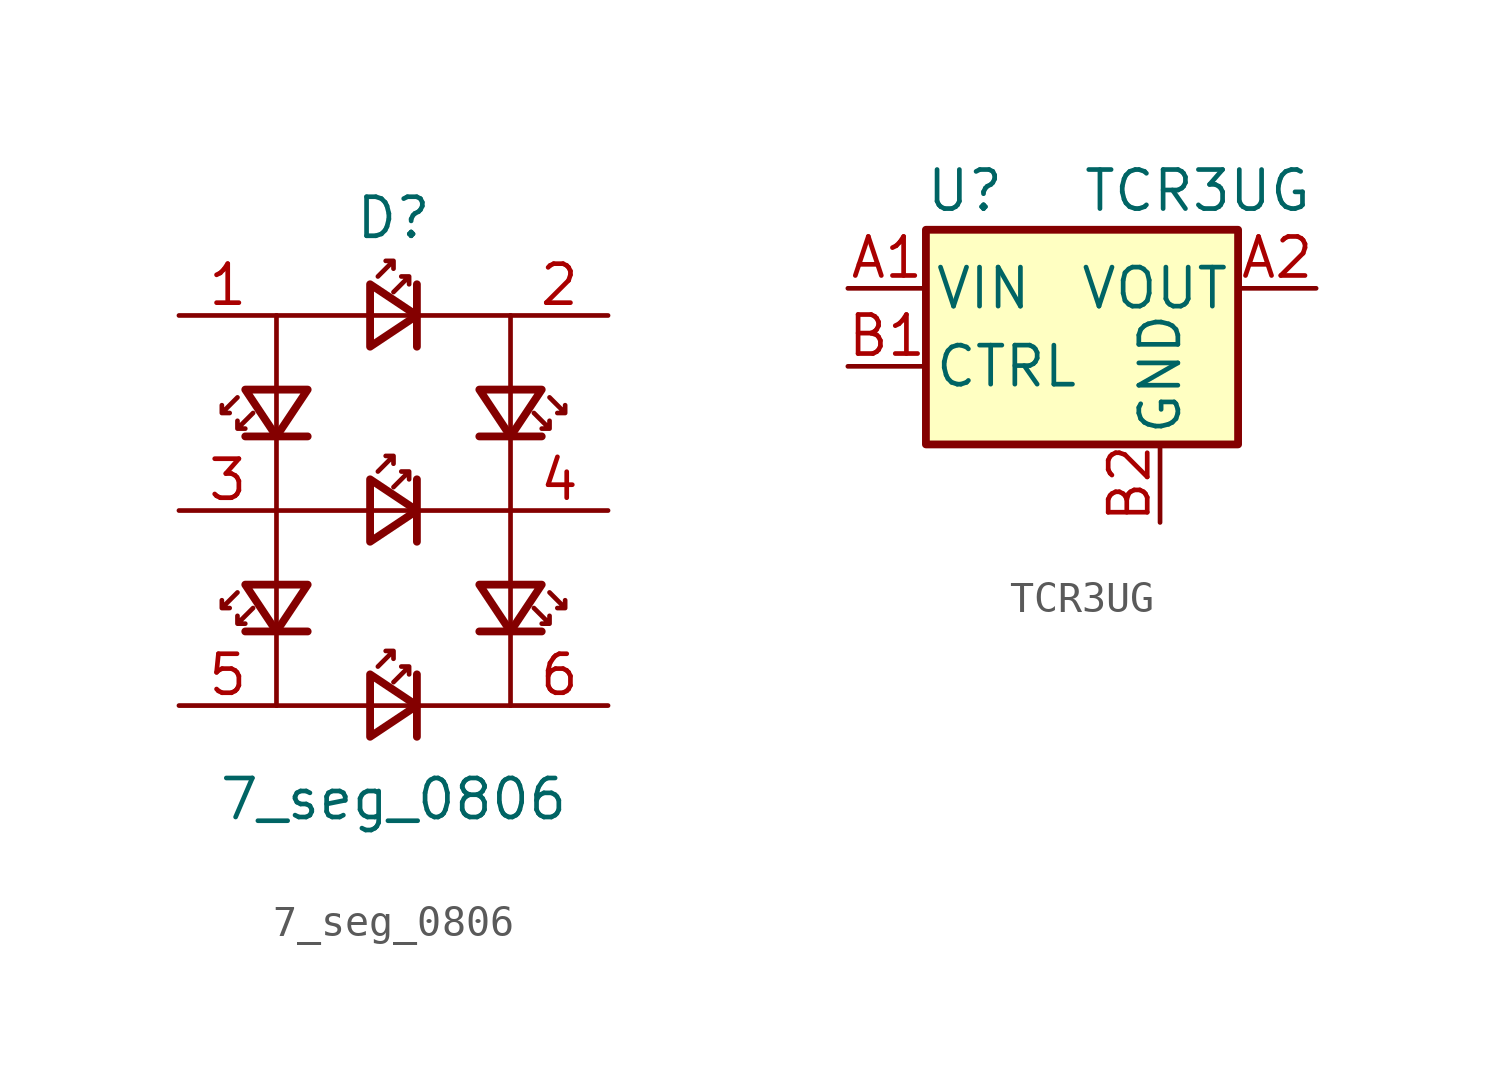
<source format=kicad_sym>
(kicad_symbol_lib
  (version 20211014)
  (generator kicad_symbol_editor)
  (symbol "7_seg_0806"
    (pin_names
      (offset 0) hide)
    (property "Reference" "D"
      (at 0 9.525 0)
      (effects (font (size 1.27 1.27))))
    (property "Value" "7_seg_0806"
      (at 0 -9.398 0)
      (effects (font (size 1.27 1.27))))
    (symbol "7_seg_0806_0_1"
      (polyline (pts (xy -3.81 -6.35) (xy -3.81 6.35)) (stroke (width 0.152) (type default) (color 0 0 0 0)) (fill (type none)))
      (polyline (pts (xy -3.81 0) (xy 3.81 0)) (stroke (width 0.152) (type default) (color 0 0 0 0)) (fill (type none)))
      (polyline (pts (xy -3.81 6.35) (xy 3.81 6.35)) (stroke (width 0.152) (type default) (color 0 0 0 0)) (fill (type none)))
      (polyline (pts (xy -2.794 -3.937) (xy -4.826 -3.937)) (stroke (width 0.254) (type default) (color 0 0 0 0)) (fill (type none)))
      (polyline (pts (xy -2.794 2.413) (xy -4.826 2.413)) (stroke (width 0.254) (type default) (color 0 0 0 0)) (fill (type none)))
      (polyline (pts (xy 0.762 -7.366) (xy 0.762 -5.334)) (stroke (width 0.254) (type default) (color 0 0 0 0)) (fill (type none)))
      (polyline (pts (xy 0.762 -1.016) (xy 0.762 1.016)) (stroke (width 0.254) (type default) (color 0 0 0 0)) (fill (type none)))
      (polyline (pts (xy 0.762 5.334) (xy 0.762 7.366)) (stroke (width 0.254) (type default) (color 0 0 0 0)) (fill (type none)))
      (polyline (pts (xy 2.794 -3.937) (xy 4.826 -3.937)) (stroke (width 0.254) (type default) (color 0 0 0 0)) (fill (type none)))
      (polyline (pts (xy 2.794 2.413) (xy 4.826 2.413)) (stroke (width 0.254) (type default) (color 0 0 0 0)) (fill (type none)))
      (polyline (pts (xy 3.81 -6.35) (xy -3.81 -6.35)) (stroke (width 0.152) (type default) (color 0 0 0 0)) (fill (type none)))
      (polyline (pts (xy 3.81 6.35) (xy 3.81 -6.35)) (stroke (width 0.152) (type default) (color 0 0 0 0)) (fill (type none)))
      (polyline (pts (xy -2.794 -2.413) (xy -3.81 -3.937) (xy -4.826 -2.413) (xy -2.794 -2.413)) (stroke (width 0.254) (type default) (color 0 0 0 0)) (fill (type none)))
      (polyline (pts (xy -2.794 3.937) (xy -3.81 2.413) (xy -4.826 3.937) (xy -2.794 3.937)) (stroke (width 0.254) (type default) (color 0 0 0 0)) (fill (type none)))
      (polyline (pts (xy -0.762 -7.366) (xy 0.762 -6.35) (xy -0.762 -5.334) (xy -0.762 -7.366)) (stroke (width 0.254) (type default) (color 0 0 0 0)) (fill (type none)))
      (polyline (pts (xy -0.762 -1.016) (xy 0.762 0) (xy -0.762 1.016) (xy -0.762 -1.016)) (stroke (width 0.254) (type default) (color 0 0 0 0)) (fill (type none)))
      (polyline (pts (xy -0.762 5.334) (xy 0.762 6.35) (xy -0.762 7.366) (xy -0.762 5.334)) (stroke (width 0.254) (type default) (color 0 0 0 0)) (fill (type none)))
      (polyline (pts (xy 2.794 -2.413) (xy 3.81 -3.937) (xy 4.826 -2.413) (xy 2.794 -2.413)) (stroke (width 0.254) (type default) (color 0 0 0 0)) (fill (type none)))
      (polyline (pts (xy 2.794 3.937) (xy 3.81 2.413) (xy 4.826 3.937) (xy 2.794 3.937)) (stroke (width 0.254) (type default) (color 0 0 0 0)) (fill (type none)))
      (polyline (pts (xy -5.08 -2.667) (xy -5.588 -3.175) (xy -5.588 -2.921) (xy -5.588 -3.175) (xy -5.334 -3.175)) (stroke (width 0) (type default) (color 0 0 0 0)) (fill (type none)))
      (polyline (pts (xy -5.08 3.683) (xy -5.588 3.175) (xy -5.588 3.429) (xy -5.588 3.175) (xy -5.334 3.175)) (stroke (width 0) (type default) (color 0 0 0 0)) (fill (type none)))
      (polyline (pts (xy -4.572 -3.175) (xy -5.08 -3.683) (xy -5.08 -3.429) (xy -5.08 -3.683) (xy -4.826 -3.683)) (stroke (width 0) (type default) (color 0 0 0 0)) (fill (type none)))
      (polyline (pts (xy -4.572 3.175) (xy -5.08 2.667) (xy -5.08 2.921) (xy -5.08 2.667) (xy -4.826 2.667)) (stroke (width 0) (type default) (color 0 0 0 0)) (fill (type none)))
      (polyline (pts (xy -0.508 -5.08) (xy 0 -4.572) (xy -0.254 -4.572) (xy 0 -4.572) (xy 0 -4.826)) (stroke (width 0) (type default) (color 0 0 0 0)) (fill (type none)))
      (polyline (pts (xy -0.508 1.27) (xy 0 1.778) (xy -0.254 1.778) (xy 0 1.778) (xy 0 1.524)) (stroke (width 0) (type default) (color 0 0 0 0)) (fill (type none)))
      (polyline (pts (xy -0.508 7.62) (xy 0 8.128) (xy -0.254 8.128) (xy 0 8.128) (xy 0 7.874)) (stroke (width 0) (type default) (color 0 0 0 0)) (fill (type none)))
      (polyline (pts (xy 0 -5.588) (xy 0.508 -5.08) (xy 0.254 -5.08) (xy 0.508 -5.08) (xy 0.508 -5.334)) (stroke (width 0) (type default) (color 0 0 0 0)) (fill (type none)))
      (polyline (pts (xy 0 0.762) (xy 0.508 1.27) (xy 0.254 1.27) (xy 0.508 1.27) (xy 0.508 1.016)) (stroke (width 0) (type default) (color 0 0 0 0)) (fill (type none)))
      (polyline (pts (xy 0 7.112) (xy 0.508 7.62) (xy 0.254 7.62) (xy 0.508 7.62) (xy 0.508 7.366)) (stroke (width 0) (type default) (color 0 0 0 0)) (fill (type none)))
      (polyline (pts (xy 4.572 -3.175) (xy 5.08 -3.683) (xy 5.08 -3.429) (xy 5.08 -3.683) (xy 4.826 -3.683)) (stroke (width 0) (type default) (color 0 0 0 0)) (fill (type none)))
      (polyline (pts (xy 4.572 3.175) (xy 5.08 2.667) (xy 5.08 2.921) (xy 5.08 2.667) (xy 4.826 2.667)) (stroke (width 0) (type default) (color 0 0 0 0)) (fill (type none)))
      (polyline (pts (xy 5.08 -2.667) (xy 5.588 -3.175) (xy 5.588 -2.921) (xy 5.588 -3.175) (xy 5.334 -3.175)) (stroke (width 0) (type default) (color 0 0 0 0)) (fill (type none)))
      (polyline (pts (xy 5.08 3.683) (xy 5.588 3.175) (xy 5.588 3.429) (xy 5.588 3.175) (xy 5.334 3.175)) (stroke (width 0) (type default) (color 0 0 0 0)) (fill (type none))))
    (symbol "7_seg_0806_1_1"
      (pin passive line (at -6.985 6.35 0) (length 3.175) (name "A+F+" (effects (font (size 1.27 1.27)))) (number "1" (effects (font (size 1.27 1.27)))))
      (pin passive line (at 6.985 6.35 180) (length 3.175) (name "A-B+" (effects (font (size 1.27 1.27)))) (number "2" (effects (font (size 1.27 1.27)))))
      (pin passive line (at -6.985 0 0) (length 3.175) (name "E+F-G+" (effects (font (size 1.27 1.27)))) (number "3" (effects (font (size 1.27 1.27)))))
      (pin passive line (at 6.985 0 180) (length 3.175) (name "B-C+G-" (effects (font (size 1.27 1.27)))) (number "4" (effects (font (size 1.27 1.27)))))
      (pin passive line (at -6.985 -6.35 0) (length 3.175) (name "D+E-" (effects (font (size 1.27 1.27)))) (number "5" (effects (font (size 1.27 1.27)))))
      (pin passive line (at 6.985 -6.35 180) (length 3.175) (name "C-D-" (effects (font (size 1.27 1.27)))) (number "6" (effects (font (size 1.27 1.27)))))))
  (symbol "TCR3UG"
    (pin_names
      (offset 0.254))
    (property "Reference" "U"
      (at -3.81 3.175 0)
      (effects (font (size 1.27 1.27))))
    (property "Value" "TCR3UG"
      (at 0 3.175 0)
      (effects (font (size 1.27 1.27)) (justify left)))
    (symbol "TCR3UG_0_1"
      (rectangle (start -5.08 1.905) (end 5.08 -5.08) (stroke (width 0.254) (type default) (color 0 0 0 0)) (fill (type background))))
    (symbol "TCR3UG_1_1"
      (pin power_in line (at -7.62 0 0) (length 2.54) (name "VIN" (effects (font (size 1.27 1.27)))) (number "A1" (effects (font (size 1.27 1.27)))))
      (pin power_out line (at 7.62 0 180) (length 2.54) (name "VOUT" (effects (font (size 1.27 1.27)))) (number "A2" (effects (font (size 1.27 1.27)))))
      (pin passive line (at -7.62 -2.54 0) (length 2.54) (name "CTRL" (effects (font (size 1.27 1.27)))) (number "B1" (effects (font (size 1.27 1.27)))))
      (pin power_in line (at 2.54 -7.62 90) (length 2.54) (name "GND" (effects (font (size 1.27 1.27)))) (number "B2" (effects (font (size 1.27 1.27))))))))
</source>
